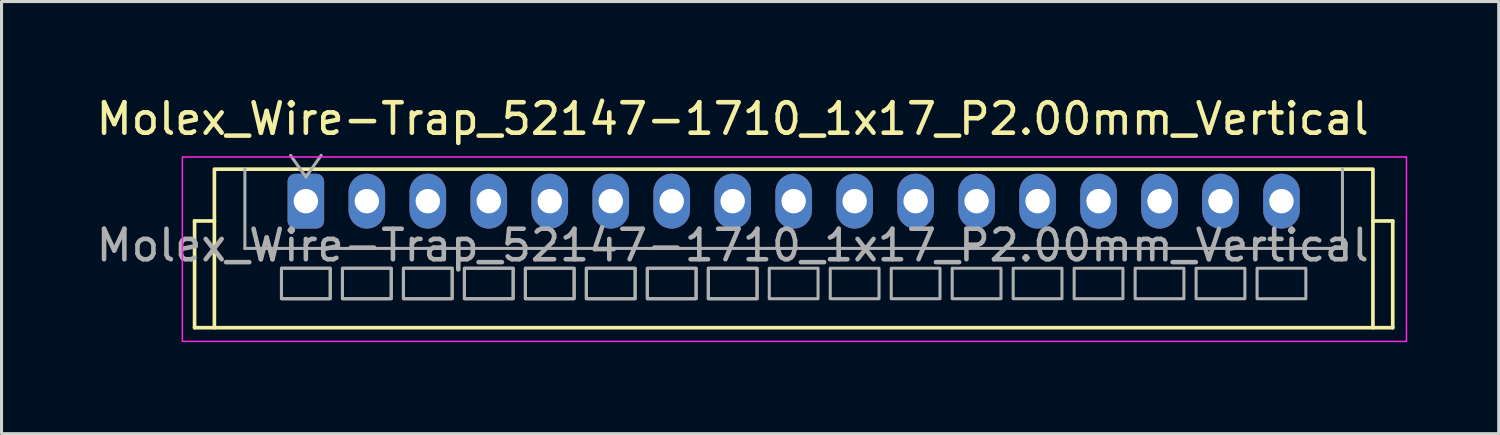
<source format=kicad_pcb>
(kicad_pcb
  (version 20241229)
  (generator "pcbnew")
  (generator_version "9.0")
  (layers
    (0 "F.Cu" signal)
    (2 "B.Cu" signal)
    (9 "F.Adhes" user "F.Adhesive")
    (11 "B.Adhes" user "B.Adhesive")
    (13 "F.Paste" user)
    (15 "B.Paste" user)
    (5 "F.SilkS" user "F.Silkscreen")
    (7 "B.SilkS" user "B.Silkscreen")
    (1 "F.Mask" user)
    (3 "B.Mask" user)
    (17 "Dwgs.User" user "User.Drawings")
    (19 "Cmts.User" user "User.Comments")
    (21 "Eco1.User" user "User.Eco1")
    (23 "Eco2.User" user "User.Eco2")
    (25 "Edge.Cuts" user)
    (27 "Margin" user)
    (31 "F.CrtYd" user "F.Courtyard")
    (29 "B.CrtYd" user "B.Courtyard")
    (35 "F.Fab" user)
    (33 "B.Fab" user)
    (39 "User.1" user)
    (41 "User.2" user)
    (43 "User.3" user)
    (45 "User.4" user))
  (footprint "Molex_Wire-Trap_52147-1710_1x17_P2.00mm_Vertical"
    (layer "F.Cu")
    (at 6.982 3.548)
    (property "Reference" "Molex_Wire-Trap_52147-1710_1x17_P2.00mm_Vertical" (at 14 -2.7 0) (layer "F.SilkS") (effects (font (size 1 1) (thickness 0.15))))
    (attr through_hole)
    (fp_line (start -3.65 0.65) (end -3 0.65) (stroke (width 0.12) (type solid)) (layer "F.SilkS"))
    (fp_line (start -3.65 4.15) (end -3.65 0.65) (stroke (width 0.12) (type solid)) (layer "F.SilkS"))
    (fp_line (start -3 4.15) (end -3.65 4.15) (stroke (width 0.12) (type solid)) (layer "F.SilkS"))
    (fp_line (start 35.65 0.65) (end 35 0.65) (stroke (width 0.12) (type solid)) (layer "F.SilkS"))
    (fp_line (start 35.65 4.15) (end 35 4.15) (stroke (width 0.12) (type solid)) (layer "F.SilkS"))
    (fp_line (start 35.65 4.15) (end 35.65 0.65) (stroke (width 0.12) (type solid)) (layer "F.SilkS"))
    (fp_rect (start -3 4.15) (end 35 -1.05) (stroke (width 0.12) (type solid)) (fill no) (layer "F.SilkS"))
    (fp_rect (start -4.05 -1.45) (end 36.1 4.6) (stroke (width 0.05) (type solid)) (fill no) (layer "F.CrtYd"))
    (fp_line (start -2 -1.05) (end -2 1.55) (stroke (width 0.1) (type solid)) (layer "F.Fab"))
    (fp_line (start -2 1.55) (end 34 1.55) (stroke (width 0.1) (type solid)) (layer "F.Fab"))
    (fp_line (start -0.5 -1.5) (end 0 -0.793) (stroke (width 0.1) (type solid)) (layer "F.Fab"))
    (fp_line (start 0 -0.793) (end 0.5 -1.5) (stroke (width 0.1) (type solid)) (layer "F.Fab"))
    (fp_line (start 34 1.55) (end 34 -1.05) (stroke (width 0.1) (type solid)) (layer "F.Fab"))
    (fp_rect (start -0.8 3.2) (end 0.8 2.2) (stroke (width 0.1) (type solid)) (fill no) (layer "F.Fab"))
    (fp_rect (start -0.8 3.2) (end 0.8 2.2) (stroke (width 0.1) (type solid)) (fill no) (layer "F.Fab"))
    (fp_rect (start 1.2 3.2) (end 2.8 2.2) (stroke (width 0.1) (type solid)) (fill no) (layer "F.Fab"))
    (fp_rect (start 1.2 3.2) (end 2.8 2.2) (stroke (width 0.1) (type solid)) (fill no) (layer "F.Fab"))
    (fp_rect (start 3.2 3.2) (end 4.8 2.2) (stroke (width 0.1) (type solid)) (fill no) (layer "F.Fab"))
    (fp_rect (start 3.2 3.2) (end 4.8 2.2) (stroke (width 0.1) (type solid)) (fill no) (layer "F.Fab"))
    (fp_rect (start 5.2 3.2) (end 6.8 2.2) (stroke (width 0.1) (type solid)) (fill no) (layer "F.Fab"))
    (fp_rect (start 5.2 3.2) (end 6.8 2.2) (stroke (width 0.1) (type solid)) (fill no) (layer "F.Fab"))
    (fp_rect (start 7.2 3.2) (end 8.8 2.2) (stroke (width 0.1) (type solid)) (fill no) (layer "F.Fab"))
    (fp_rect (start 7.2 3.2) (end 8.8 2.2) (stroke (width 0.1) (type solid)) (fill no) (layer "F.Fab"))
    (fp_rect (start 9.2 3.2) (end 10.8 2.2) (stroke (width 0.1) (type solid)) (fill no) (layer "F.Fab"))
    (fp_rect (start 9.2 3.2) (end 10.8 2.2) (stroke (width 0.1) (type solid)) (fill no) (layer "F.Fab"))
    (fp_rect (start 11.2 3.2) (end 12.8 2.2) (stroke (width 0.1) (type solid)) (fill no) (layer "F.Fab"))
    (fp_rect (start 11.2 3.2) (end 12.8 2.2) (stroke (width 0.1) (type solid)) (fill no) (layer "F.Fab"))
    (fp_rect (start 13.2 3.2) (end 14.8 2.2) (stroke (width 0.1) (type solid)) (fill no) (layer "F.Fab"))
    (fp_rect (start 13.2 3.2) (end 14.8 2.2) (stroke (width 0.1) (type solid)) (fill no) (layer "F.Fab"))
    (fp_rect (start 15.2 3.2) (end 16.8 2.2) (stroke (width 0.1) (type solid)) (fill no) (layer "F.Fab"))
    (fp_rect (start 17.2 3.2) (end 18.8 2.2) (stroke (width 0.1) (type solid)) (fill no) (layer "F.Fab"))
    (fp_rect (start 19.2 3.2) (end 20.8 2.2) (stroke (width 0.1) (type solid)) (fill no) (layer "F.Fab"))
    (fp_rect (start 21.2 3.2) (end 22.8 2.2) (stroke (width 0.1) (type solid)) (fill no) (layer "F.Fab"))
    (fp_rect (start 23.2 3.2) (end 24.8 2.2) (stroke (width 0.1) (type solid)) (fill no) (layer "F.Fab"))
    (fp_rect (start 25.2 3.2) (end 26.8 2.2) (stroke (width 0.1) (type solid)) (fill no) (layer "F.Fab"))
    (fp_rect (start 27.2 3.2) (end 28.8 2.2) (stroke (width 0.1) (type solid)) (fill no) (layer "F.Fab"))
    (fp_rect (start 29.2 3.2) (end 30.8 2.2) (stroke (width 0.1) (type solid)) (fill no) (layer "F.Fab"))
    (fp_rect (start 31.2 3.2) (end 32.8 2.2) (stroke (width 0.1) (type solid)) (fill no) (layer "F.Fab"))
    (fp_text user "${REFERENCE}" (at 14 1.45 0) (layer "F.Fab") (effects (font (size 1 1) (thickness 0.15))))
    (pad "1" thru_hole roundrect (at 0 0) (size 1.2 1.8) (drill 0.8) (layers "*.Cu" "*.Mask") (roundrect_rratio 0.208))
    (pad "2" thru_hole oval (at 2 0) (size 1.2 1.8) (drill 0.8) (layers "*.Cu" "*.Mask"))
    (pad "3" thru_hole oval (at 4 0) (size 1.2 1.8) (drill 0.8) (layers "*.Cu" "*.Mask"))
    (pad "4" thru_hole oval (at 6 0) (size 1.2 1.8) (drill 0.8) (layers "*.Cu" "*.Mask"))
    (pad "5" thru_hole oval (at 8 0) (size 1.2 1.8) (drill 0.8) (layers "*.Cu" "*.Mask"))
    (pad "6" thru_hole oval (at 10 0) (size 1.2 1.8) (drill 0.8) (layers "*.Cu" "*.Mask"))
    (pad "7" thru_hole oval (at 12 0) (size 1.2 1.8) (drill 0.8) (layers "*.Cu" "*.Mask"))
    (pad "8" thru_hole oval (at 14 0) (size 1.2 1.8) (drill 0.8) (layers "*.Cu" "*.Mask"))
    (pad "9" thru_hole oval (at 16 0) (size 1.2 1.8) (drill 0.8) (layers "*.Cu" "*.Mask"))
    (pad "10" thru_hole oval (at 18 0) (size 1.2 1.8) (drill 0.8) (layers "*.Cu" "*.Mask"))
    (pad "11" thru_hole oval (at 20 0) (size 1.2 1.8) (drill 0.8) (layers "*.Cu" "*.Mask"))
    (pad "12" thru_hole oval (at 22 0) (size 1.2 1.8) (drill 0.8) (layers "*.Cu" "*.Mask"))
    (pad "13" thru_hole oval (at 24 0) (size 1.2 1.8) (drill 0.8) (layers "*.Cu" "*.Mask"))
    (pad "14" thru_hole oval (at 26 0) (size 1.2 1.8) (drill 0.8) (layers "*.Cu" "*.Mask"))
    (pad "15" thru_hole oval (at 28 0) (size 1.2 1.8) (drill 0.8) (layers "*.Cu" "*.Mask"))
    (pad "16" thru_hole oval (at 30 0) (size 1.2 1.8) (drill 0.8) (layers "*.Cu" "*.Mask"))
    (pad "17" thru_hole oval (at 32 0) (size 1.2 1.8) (drill 0.8) (layers "*.Cu" "*.Mask")))
  (gr_rect
    (start -3 -3)
    (end 46.107 11.173)
    (stroke (width 0.1) (type default))
    (fill no)
    (layer "Edge.Cuts")))
</source>
